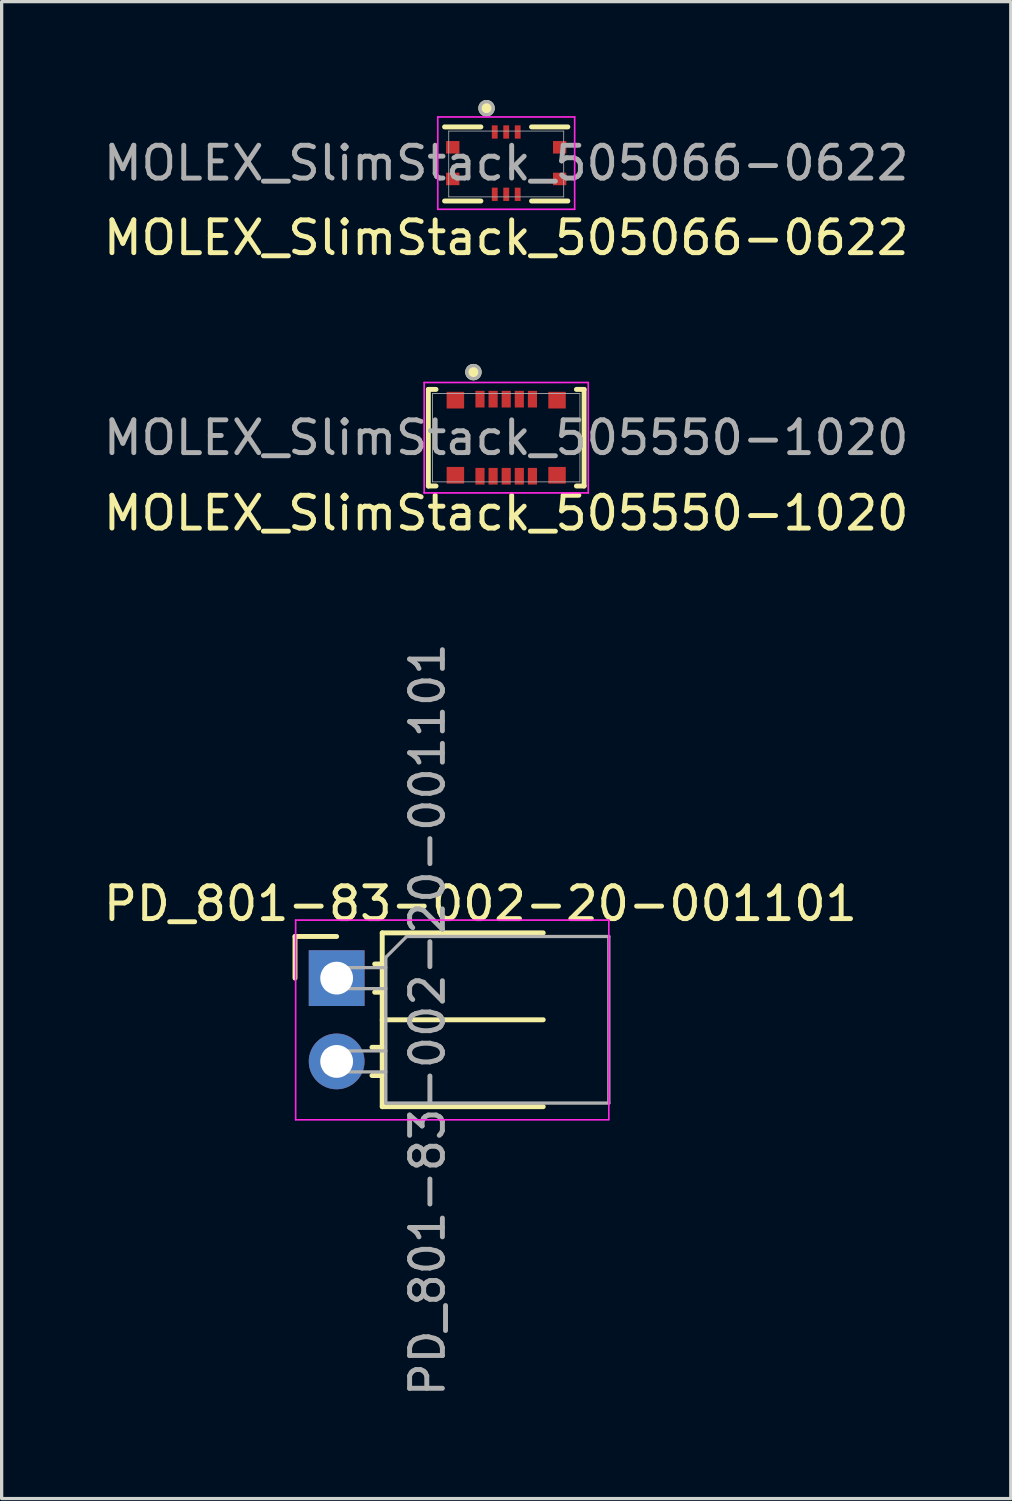
<source format=kicad_pcb>
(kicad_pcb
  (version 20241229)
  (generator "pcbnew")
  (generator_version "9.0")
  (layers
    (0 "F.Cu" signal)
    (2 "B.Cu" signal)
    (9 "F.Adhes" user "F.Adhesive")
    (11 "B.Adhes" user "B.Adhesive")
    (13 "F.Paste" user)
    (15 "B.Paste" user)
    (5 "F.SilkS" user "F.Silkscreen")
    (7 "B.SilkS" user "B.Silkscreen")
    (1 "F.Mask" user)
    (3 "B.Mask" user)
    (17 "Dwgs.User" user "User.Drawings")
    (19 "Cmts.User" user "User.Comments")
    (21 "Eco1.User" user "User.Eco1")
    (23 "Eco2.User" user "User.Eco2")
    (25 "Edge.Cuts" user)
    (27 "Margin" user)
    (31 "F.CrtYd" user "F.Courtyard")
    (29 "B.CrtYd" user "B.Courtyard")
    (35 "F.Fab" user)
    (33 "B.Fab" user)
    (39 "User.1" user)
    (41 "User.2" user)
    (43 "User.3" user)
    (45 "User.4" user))
  (footprint "MOLEX_SlimStack_505066-0622"
    (layer "F.Cu")
    (at 12.387 1.95)
    (property "Reference" "MOLEX_SlimStack_505066-0622" (at 0 2.25 0) (unlocked yes) (layer "F.SilkS") (effects (font (size 1 1) (thickness 0.15))))
    (attr smd)
    (fp_line (start -1.88 1.13) (end -0.772 1.13) (stroke (width 0.15) (type solid)) (layer "F.SilkS"))
    (fp_line (start -0.772 -1.13) (end -1.88 -1.13) (stroke (width 0.15) (type solid)) (layer "F.SilkS"))
    (fp_line (start 0.772 1.13) (end 1.88 1.13) (stroke (width 0.15) (type solid)) (layer "F.SilkS"))
    (fp_line (start 1.88 -1.13) (end 0.772 -1.13) (stroke (width 0.15) (type solid)) (layer "F.SilkS"))
    (fp_circle (center -0.6 -1.7) (end -0.4 -1.7) (stroke (width 0.1) (type solid)) (fill yes) (layer "F.SilkS"))
    (fp_line (start -2.087 -1.433) (end -2.087 1.382) (stroke (width 0.05) (type solid)) (layer "F.CrtYd"))
    (fp_line (start -2.087 1.382) (end 2.087 1.382) (stroke (width 0.05) (type solid)) (layer "F.CrtYd"))
    (fp_line (start 2.087 -1.433) (end -2.087 -1.433) (stroke (width 0.05) (type solid)) (layer "F.CrtYd"))
    (fp_line (start 2.087 1.382) (end 2.087 -1.433) (stroke (width 0.05) (type solid)) (layer "F.CrtYd"))
    (fp_line (start -1.753 -1.003) (end -1.753 1.003) (stroke (width 0.025) (type solid)) (layer "F.Fab"))
    (fp_line (start -1.753 1.003) (end 1.753 1.003) (stroke (width 0.025) (type solid)) (layer "F.Fab"))
    (fp_line (start 1.753 -1.003) (end -1.753 -1.003) (stroke (width 0.025) (type solid)) (layer "F.Fab"))
    (fp_line (start 1.753 1.003) (end 1.753 -1.003) (stroke (width 0.025) (type solid)) (layer "F.Fab"))
    (fp_circle (center -0.6 -1.7) (end -0.4 -1.7) (stroke (width 0.1) (type solid)) (fill no) (layer "F.Fab"))
    (fp_text user "${REFERENCE}" (at 0 -0.025 0) (unlocked yes) (layer "F.Fab") (effects (font (size 1 1) (thickness 0.15))))
    (pad "1" smd rect (at -0.35 -0.975) (size 0.178 0.406) (layers "F.Cu" "F.Mask" "F.Paste"))
    (pad "2" smd rect (at -0.35 0.925) (size 0.178 0.406) (layers "F.Cu" "F.Mask" "F.Paste"))
    (pad "3" smd rect (at 0 -0.975) (size 0.178 0.406) (layers "F.Cu" "F.Mask" "F.Paste"))
    (pad "4" smd rect (at 0 0.925) (size 0.178 0.406) (layers "F.Cu" "F.Mask" "F.Paste"))
    (pad "5" smd rect (at 0.35 -0.975) (size 0.178 0.406) (layers "F.Cu" "F.Mask" "F.Paste"))
    (pad "6" smd rect (at 0.35 0.925) (size 0.178 0.406) (layers "F.Cu" "F.Mask" "F.Paste"))
    (pad "7" smd rect (at -1.63 -0.508) (size 0.406 0.381) (layers "F.Cu" "F.Mask" "F.Paste"))
    (pad "8" smd rect (at 1.63 -0.508) (size 0.406 0.381) (layers "F.Cu" "F.Mask" "F.Paste"))
    (pad "9" smd rect (at -1.63 0.457) (size 0.406 0.381) (layers "F.Cu" "F.Mask" "F.Paste"))
    (pad "10" smd rect (at 1.63 0.457) (size 0.406 0.381) (layers "F.Cu" "F.Mask" "F.Paste")))
  (footprint "PD_801-83-002-20-001101"
    (layer "F.Cu")
    (at 7.216 26.778)
    (property "Reference" "PD_801-83-002-20-001101" (at 4.385 -2.27 0) (layer "F.SilkS") (effects (font (size 1 1) (thickness 0.15))))
    (attr through_hole)
    (fp_line (start -1.27 -1.27) (end 0 -1.27) (stroke (width 0.15) (type solid)) (layer "F.SilkS"))
    (fp_line (start -1.27 0) (end -1.27 -1.27) (stroke (width 0.15) (type solid)) (layer "F.SilkS"))
    (fp_line (start 1.077 2.11) (end 1.39 2.11) (stroke (width 0.15) (type solid)) (layer "F.SilkS"))
    (fp_line (start 1.077 2.97) (end 1.39 2.97) (stroke (width 0.15) (type solid)) (layer "F.SilkS"))
    (fp_line (start 1.16 -0.43) (end 1.39 -0.43) (stroke (width 0.15) (type solid)) (layer "F.SilkS"))
    (fp_line (start 1.16 0.43) (end 1.39 0.43) (stroke (width 0.15) (type solid)) (layer "F.SilkS"))
    (fp_line (start 1.39 -1.38) (end 1.39 3.92) (stroke (width 0.15) (type solid)) (layer "F.SilkS"))
    (fp_line (start 1.39 1.27) (end 6.3 1.27) (stroke (width 0.15) (type solid)) (layer "F.SilkS"))
    (fp_line (start 1.39 3.92) (end 6.3 3.92) (stroke (width 0.15) (type solid)) (layer "F.SilkS"))
    (fp_line (start 6.3 -1.38) (end 1.39 -1.38) (stroke (width 0.15) (type solid)) (layer "F.SilkS"))
    (fp_line (start -1.25 -1.77) (end -1.25 4.32) (stroke (width 0.05) (type solid)) (layer "F.CrtYd"))
    (fp_line (start -1.25 4.32) (end 8.3 4.32) (stroke (width 0.05) (type solid)) (layer "F.CrtYd"))
    (fp_line (start 8.3 -1.77) (end -1.25 -1.77) (stroke (width 0.05) (type solid)) (layer "F.CrtYd"))
    (fp_line (start 8.3 4.31) (end 8.3 -1.77) (stroke (width 0.05) (type solid)) (layer "F.CrtYd"))
    (fp_line (start -0.32 -0.32) (end -0.32 0.32) (stroke (width 0.1) (type solid)) (layer "F.Fab"))
    (fp_line (start -0.32 -0.32) (end 1.5 -0.32) (stroke (width 0.1) (type solid)) (layer "F.Fab"))
    (fp_line (start -0.32 0.32) (end 1.5 0.32) (stroke (width 0.1) (type solid)) (layer "F.Fab"))
    (fp_line (start -0.32 2.22) (end -0.32 2.86) (stroke (width 0.1) (type solid)) (layer "F.Fab"))
    (fp_line (start -0.32 2.22) (end 1.5 2.22) (stroke (width 0.1) (type solid)) (layer "F.Fab"))
    (fp_line (start -0.32 2.86) (end 1.5 2.86) (stroke (width 0.1) (type solid)) (layer "F.Fab"))
    (fp_line (start 1.5 -0.635) (end 2.135 -1.27) (stroke (width 0.1) (type solid)) (layer "F.Fab"))
    (fp_line (start 1.5 3.81) (end 1.5 -0.635) (stroke (width 0.1) (type solid)) (layer "F.Fab"))
    (fp_line (start 2.135 -1.27) (end 8.3 -1.27) (stroke (width 0.1) (type solid)) (layer "F.Fab"))
    (fp_line (start 8.3 -1.27) (end 8.3 3.81) (stroke (width 0.1) (type solid)) (layer "F.Fab"))
    (fp_line (start 8.3 3.81) (end 1.5 3.81) (stroke (width 0.1) (type solid)) (layer "F.Fab"))
    (fp_text user "${REFERENCE}" (at 2.77 1.27 90) (layer "F.Fab") (effects (font (size 1 1) (thickness 0.15))))
    (pad "1" thru_hole rect (at 0 0) (size 1.7 1.7) (drill 1) (layers "*.Cu" "*.Mask"))
    (pad "2" thru_hole circle (at 0 2.54) (size 1.7 1.7) (drill 1) (layers "*.Cu" "*.Mask")))
  (footprint "MOLEX_SlimStack_505550-1020"
    (layer "F.Cu")
    (at 12.387 10.298)
    (property "Reference" "MOLEX_SlimStack_505550-1020" (at 0 2.3 0) (unlocked yes) (layer "F.SilkS") (effects (font (size 1 1) (thickness 0.15))))
    (attr smd)
    (fp_line (start -2.375 -1.473) (end -2.375 1.473) (stroke (width 0.15) (type solid)) (layer "F.SilkS"))
    (fp_line (start -2.375 1.473) (end -2.141 1.473) (stroke (width 0.15) (type solid)) (layer "F.SilkS"))
    (fp_line (start -2.141 -1.473) (end -2.375 -1.473) (stroke (width 0.15) (type solid)) (layer "F.SilkS"))
    (fp_line (start 2.141 1.473) (end 2.375 1.473) (stroke (width 0.15) (type solid)) (layer "F.SilkS"))
    (fp_line (start 2.375 -1.473) (end 2.141 -1.473) (stroke (width 0.15) (type solid)) (layer "F.SilkS"))
    (fp_line (start 2.375 1.473) (end 2.375 -1.473) (stroke (width 0.15) (type solid)) (layer "F.SilkS"))
    (fp_circle (center -1 -2) (end -0.8 -2) (stroke (width 0.1) (type solid)) (fill yes) (layer "F.SilkS"))
    (fp_line (start -2.502 -1.683) (end -2.502 1.683) (stroke (width 0.05) (type solid)) (layer "F.CrtYd"))
    (fp_line (start -2.502 1.683) (end 2.502 1.683) (stroke (width 0.05) (type solid)) (layer "F.CrtYd"))
    (fp_line (start 2.502 -1.683) (end -2.502 -1.683) (stroke (width 0.05) (type solid)) (layer "F.CrtYd"))
    (fp_line (start 2.502 1.683) (end 2.502 -1.683) (stroke (width 0.05) (type solid)) (layer "F.CrtYd"))
    (fp_line (start -2.248 -1.346) (end -2.248 1.346) (stroke (width 0.025) (type solid)) (layer "F.Fab"))
    (fp_line (start -2.248 1.346) (end 2.248 1.346) (stroke (width 0.025) (type solid)) (layer "F.Fab"))
    (fp_line (start 2.248 -1.346) (end -2.248 -1.346) (stroke (width 0.025) (type solid)) (layer "F.Fab"))
    (fp_line (start 2.248 1.346) (end 2.248 -1.346) (stroke (width 0.025) (type solid)) (layer "F.Fab"))
    (fp_circle (center -1 -2) (end -0.8 -2) (stroke (width 0.1) (type solid)) (fill no) (layer "F.Fab"))
    (fp_text user "${REFERENCE}" (at 0 0 0) (unlocked yes) (layer "F.Fab") (effects (font (size 1 1) (thickness 0.15))))
    (pad "1" smd rect (at -0.8 -1.175) (size 0.279 0.508) (layers "F.Cu" "F.Mask" "F.Paste"))
    (pad "2" smd rect (at -0.8 1.175) (size 0.279 0.508) (layers "F.Cu" "F.Mask" "F.Paste"))
    (pad "3" smd rect (at -0.4 -1.175) (size 0.279 0.508) (layers "F.Cu" "F.Mask" "F.Paste"))
    (pad "4" smd rect (at -0.4 1.175) (size 0.279 0.508) (layers "F.Cu" "F.Mask" "F.Paste"))
    (pad "5" smd rect (at 0 -1.175) (size 0.279 0.508) (layers "F.Cu" "F.Mask" "F.Paste"))
    (pad "6" smd rect (at 0 1.175) (size 0.279 0.508) (layers "F.Cu" "F.Mask" "F.Paste"))
    (pad "7" smd rect (at 0.4 -1.175) (size 0.279 0.508) (layers "F.Cu" "F.Mask" "F.Paste"))
    (pad "8" smd rect (at 0.4 1.175) (size 0.279 0.508) (layers "F.Cu" "F.Mask" "F.Paste"))
    (pad "9" smd rect (at 0.8 -1.175) (size 0.279 0.508) (layers "F.Cu" "F.Mask" "F.Paste"))
    (pad "10" smd rect (at 0.8 1.175) (size 0.279 0.508) (layers "F.Cu" "F.Mask" "F.Paste"))
    (pad "MP" smd rect (at -1.55 1.145) (size 0.533 0.508) (layers "F.Cu" "F.Mask" "F.Paste"))
    (pad "MP" smd rect (at -1.55 -1.145) (size 0.533 0.508) (layers "F.Cu" "F.Mask" "F.Paste"))
    (pad "MP" smd rect (at 1.55 -1.145) (size 0.533 0.508) (layers "F.Cu" "F.Mask" "F.Paste"))
    (pad "MP" smd rect (at 1.55 1.145) (size 0.533 0.508) (layers "F.Cu" "F.Mask" "F.Paste")))
  (gr_rect
    (start -3 -3)
    (end 27.774 42.649)
    (stroke (width 0.1) (type default))
    (fill no)
    (layer "Edge.Cuts")))
</source>
